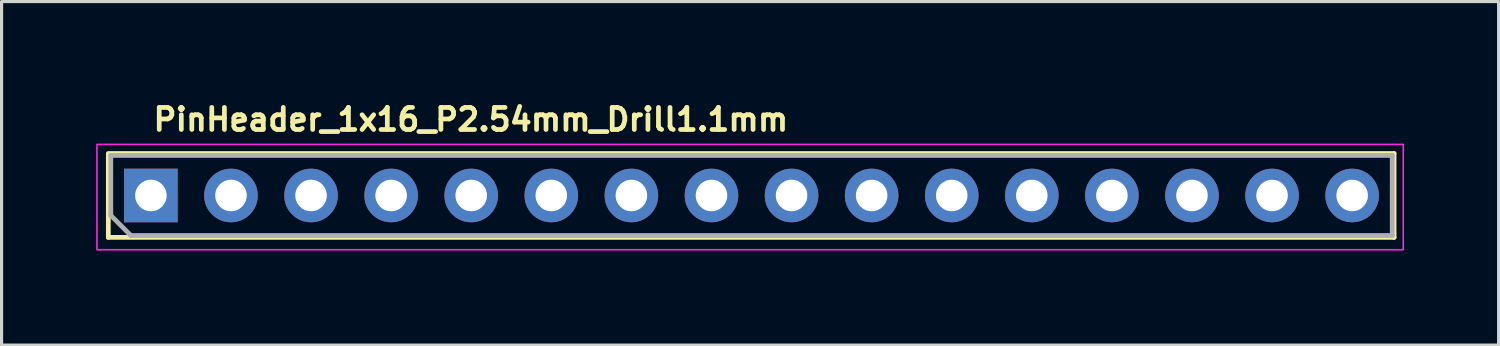
<source format=kicad_pcb>
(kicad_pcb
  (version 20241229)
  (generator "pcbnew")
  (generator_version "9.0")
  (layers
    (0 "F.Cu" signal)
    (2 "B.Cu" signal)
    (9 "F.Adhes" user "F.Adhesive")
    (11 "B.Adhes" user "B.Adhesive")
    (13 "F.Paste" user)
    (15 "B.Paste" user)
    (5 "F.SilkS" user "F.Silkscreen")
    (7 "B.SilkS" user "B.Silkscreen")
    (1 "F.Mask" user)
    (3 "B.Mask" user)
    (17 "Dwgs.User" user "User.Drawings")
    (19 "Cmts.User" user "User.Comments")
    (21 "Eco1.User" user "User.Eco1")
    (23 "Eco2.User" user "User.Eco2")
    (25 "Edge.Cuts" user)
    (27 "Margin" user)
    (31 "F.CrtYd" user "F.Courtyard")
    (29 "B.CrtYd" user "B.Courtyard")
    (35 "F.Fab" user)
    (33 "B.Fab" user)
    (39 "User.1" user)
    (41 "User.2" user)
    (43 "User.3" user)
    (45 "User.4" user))
  (footprint "PinHeader_1x16_P2.54mm_Drill1.1mm"
    (layer "F.Cu")
    (at 1.735 3.15)
    (property "Reference" "PinHeader_1x16_P2.54mm_Drill1.1mm" (at 0 -2 0) (unlocked yes) (layer "F.SilkS") (effects (font (size 0.7 0.7) (thickness 0.15)) (justify left bottom)))
    (attr through_hole)
    (fp_line (start -1.35 -1.331) (end 39.43 -1.331) (stroke (width 0.15) (type solid)) (layer "F.SilkS"))
    (fp_line (start -1.35 1.329) (end -1.35 -1.3) (stroke (width 0.15) (type solid)) (layer "F.SilkS"))
    (fp_line (start -1.35 1.329) (end 39.43 1.329) (stroke (width 0.15) (type solid)) (layer "F.SilkS"))
    (fp_line (start 39.43 1.329) (end 39.43 -1.331) (stroke (width 0.15) (type solid)) (layer "F.SilkS"))
    (fp_rect (start -1.71 -1.62) (end 39.72 1.72) (stroke (width 0.05) (type solid)) (fill no) (layer "F.CrtYd"))
    (fp_line (start -1.27 -1.271) (end 39.37 -1.271) (stroke (width 0.15) (type solid)) (layer "F.Fab"))
    (fp_line (start -1.27 0.634) (end -1.27 -1.271) (stroke (width 0.15) (type solid)) (layer "F.Fab"))
    (fp_line (start -0.635 1.269) (end -1.27 0.634) (stroke (width 0.15) (type solid)) (layer "F.Fab"))
    (fp_line (start 39.37 -1.271) (end 39.37 1.269) (stroke (width 0.15) (type solid)) (layer "F.Fab"))
    (fp_line (start 39.37 1.269) (end -0.635 1.269) (stroke (width 0.15) (type solid)) (layer "F.Fab"))
    (fp_rect (start -1.315 -1.22) (end 39.325 1.32) (stroke (width 0.1) (type solid)) (fill no) (layer "User.5"))
    (fp_line (start -1.315 0.82) (end -1.315 -0.72) (stroke (width 0.02) (type solid)) (layer "User.9"))
    (fp_line (start -1.315 0.82) (end -1.065 1.32) (stroke (width 0.02) (type solid)) (layer "User.9"))
    (fp_line (start -1.065 -1.22) (end -1.315 -0.72) (stroke (width 0.02) (type solid)) (layer "User.9"))
    (fp_line (start -0.365 -0.27) (end -0.165 -0.07) (stroke (width 0.02) (type solid)) (layer "User.9"))
    (fp_line (start -0.365 -0.27) (end 0.275 -0.27) (stroke (width 0.02) (type solid)) (layer "User.9"))
    (fp_line (start -0.365 0.37) (end -0.365 -0.27) (stroke (width 0.02) (type solid)) (layer "User.9"))
    (fp_line (start -0.165 -0.07) (end -0.165 0.17) (stroke (width 0.02) (type solid)) (layer "User.9"))
    (fp_line (start -0.165 0.17) (end -0.365 0.37) (stroke (width 0.02) (type solid)) (layer "User.9"))
    (fp_line (start -0.165 0.17) (end 0.075 0.17) (stroke (width 0.02) (type solid)) (layer "User.9"))
    (fp_line (start 0.075 -0.07) (end -0.165 -0.07) (stroke (width 0.02) (type solid)) (layer "User.9"))
    (fp_line (start 0.075 -0.07) (end 0.275 -0.27) (stroke (width 0.02) (type solid)) (layer "User.9"))
    (fp_line (start 0.075 0.17) (end 0.075 -0.07) (stroke (width 0.02) (type solid)) (layer "User.9"))
    (fp_line (start 0.075 0.17) (end 0.275 0.37) (stroke (width 0.02) (type solid)) (layer "User.9"))
    (fp_line (start 0.275 -0.27) (end 0.275 0.37) (stroke (width 0.02) (type solid)) (layer "User.9"))
    (fp_line (start 0.275 0.37) (end -0.365 0.37) (stroke (width 0.02) (type solid)) (layer "User.9"))
    (fp_line (start 0.975 -1.22) (end -1.065 -1.22) (stroke (width 0.02) (type solid)) (layer "User.9"))
    (fp_line (start 0.975 1.32) (end -1.065 1.32) (stroke (width 0.02) (type solid)) (layer "User.9"))
    (fp_line (start 0.975 1.32) (end 1.225 0.82) (stroke (width 0.02) (type solid)) (layer "User.9"))
    (fp_line (start 1.225 -0.72) (end 0.975 -1.22) (stroke (width 0.02) (type solid)) (layer "User.9"))
    (fp_line (start 1.225 0.82) (end 1.475 1.32) (stroke (width 0.02) (type solid)) (layer "User.9"))
    (fp_line (start 1.475 -1.22) (end 1.225 -0.72) (stroke (width 0.02) (type solid)) (layer "User.9"))
    (fp_line (start 2.175 -0.27) (end 2.375 -0.07) (stroke (width 0.02) (type solid)) (layer "User.9"))
    (fp_line (start 2.175 -0.27) (end 2.815 -0.27) (stroke (width 0.02) (type solid)) (layer "User.9"))
    (fp_line (start 2.175 0.37) (end 2.175 -0.27) (stroke (width 0.02) (type solid)) (layer "User.9"))
    (fp_line (start 2.375 -0.07) (end 2.375 0.17) (stroke (width 0.02) (type solid)) (layer "User.9"))
    (fp_line (start 2.375 0.17) (end 2.175 0.37) (stroke (width 0.02) (type solid)) (layer "User.9"))
    (fp_line (start 2.375 0.17) (end 2.615 0.17) (stroke (width 0.02) (type solid)) (layer "User.9"))
    (fp_line (start 2.615 -0.07) (end 2.375 -0.07) (stroke (width 0.02) (type solid)) (layer "User.9"))
    (fp_line (start 2.615 -0.07) (end 2.815 -0.27) (stroke (width 0.02) (type solid)) (layer "User.9"))
    (fp_line (start 2.615 0.17) (end 2.615 -0.07) (stroke (width 0.02) (type solid)) (layer "User.9"))
    (fp_line (start 2.615 0.17) (end 2.815 0.37) (stroke (width 0.02) (type solid)) (layer "User.9"))
    (fp_line (start 2.815 -0.27) (end 2.815 0.37) (stroke (width 0.02) (type solid)) (layer "User.9"))
    (fp_line (start 2.815 0.37) (end 2.175 0.37) (stroke (width 0.02) (type solid)) (layer "User.9"))
    (fp_line (start 3.515 -1.22) (end 1.475 -1.22) (stroke (width 0.02) (type solid)) (layer "User.9"))
    (fp_line (start 3.515 1.32) (end 1.475 1.32) (stroke (width 0.02) (type solid)) (layer "User.9"))
    (fp_line (start 3.515 1.32) (end 3.765 0.82) (stroke (width 0.02) (type solid)) (layer "User.9"))
    (fp_line (start 3.765 -0.72) (end 3.515 -1.22) (stroke (width 0.02) (type solid)) (layer "User.9"))
    (fp_line (start 3.765 0.82) (end 4.015 1.32) (stroke (width 0.02) (type solid)) (layer "User.9"))
    (fp_line (start 4.015 -1.22) (end 3.765 -0.72) (stroke (width 0.02) (type solid)) (layer "User.9"))
    (fp_line (start 4.715 -0.27) (end 4.915 -0.07) (stroke (width 0.02) (type solid)) (layer "User.9"))
    (fp_line (start 4.715 -0.27) (end 5.355 -0.27) (stroke (width 0.02) (type solid)) (layer "User.9"))
    (fp_line (start 4.715 0.37) (end 4.715 -0.27) (stroke (width 0.02) (type solid)) (layer "User.9"))
    (fp_line (start 4.915 -0.07) (end 4.915 0.17) (stroke (width 0.02) (type solid)) (layer "User.9"))
    (fp_line (start 4.915 0.17) (end 4.715 0.37) (stroke (width 0.02) (type solid)) (layer "User.9"))
    (fp_line (start 4.915 0.17) (end 5.155 0.17) (stroke (width 0.02) (type solid)) (layer "User.9"))
    (fp_line (start 5.155 -0.07) (end 4.915 -0.07) (stroke (width 0.02) (type solid)) (layer "User.9"))
    (fp_line (start 5.155 -0.07) (end 5.355 -0.27) (stroke (width 0.02) (type solid)) (layer "User.9"))
    (fp_line (start 5.155 0.17) (end 5.155 -0.07) (stroke (width 0.02) (type solid)) (layer "User.9"))
    (fp_line (start 5.155 0.17) (end 5.355 0.37) (stroke (width 0.02) (type solid)) (layer "User.9"))
    (fp_line (start 5.355 -0.27) (end 5.355 0.37) (stroke (width 0.02) (type solid)) (layer "User.9"))
    (fp_line (start 5.355 0.37) (end 4.715 0.37) (stroke (width 0.02) (type solid)) (layer "User.9"))
    (fp_line (start 6.055 -1.22) (end 4.015 -1.22) (stroke (width 0.02) (type solid)) (layer "User.9"))
    (fp_line (start 6.055 1.32) (end 4.015 1.32) (stroke (width 0.02) (type solid)) (layer "User.9"))
    (fp_line (start 6.055 1.32) (end 6.305 0.82) (stroke (width 0.02) (type solid)) (layer "User.9"))
    (fp_line (start 6.305 -0.72) (end 6.055 -1.22) (stroke (width 0.02) (type solid)) (layer "User.9"))
    (fp_line (start 6.305 0.82) (end 6.555 1.32) (stroke (width 0.02) (type solid)) (layer "User.9"))
    (fp_line (start 6.555 -1.22) (end 6.305 -0.72) (stroke (width 0.02) (type solid)) (layer "User.9"))
    (fp_line (start 7.255 -0.27) (end 7.455 -0.07) (stroke (width 0.02) (type solid)) (layer "User.9"))
    (fp_line (start 7.255 -0.27) (end 7.895 -0.27) (stroke (width 0.02) (type solid)) (layer "User.9"))
    (fp_line (start 7.255 0.37) (end 7.255 -0.27) (stroke (width 0.02) (type solid)) (layer "User.9"))
    (fp_line (start 7.455 -0.07) (end 7.455 0.17) (stroke (width 0.02) (type solid)) (layer "User.9"))
    (fp_line (start 7.455 0.17) (end 7.255 0.37) (stroke (width 0.02) (type solid)) (layer "User.9"))
    (fp_line (start 7.455 0.17) (end 7.695 0.17) (stroke (width 0.02) (type solid)) (layer "User.9"))
    (fp_line (start 7.695 -0.07) (end 7.455 -0.07) (stroke (width 0.02) (type solid)) (layer "User.9"))
    (fp_line (start 7.695 -0.07) (end 7.895 -0.27) (stroke (width 0.02) (type solid)) (layer "User.9"))
    (fp_line (start 7.695 0.17) (end 7.695 -0.07) (stroke (width 0.02) (type solid)) (layer "User.9"))
    (fp_line (start 7.695 0.17) (end 7.895 0.37) (stroke (width 0.02) (type solid)) (layer "User.9"))
    (fp_line (start 7.895 -0.27) (end 7.895 0.37) (stroke (width 0.02) (type solid)) (layer "User.9"))
    (fp_line (start 7.895 0.37) (end 7.255 0.37) (stroke (width 0.02) (type solid)) (layer "User.9"))
    (fp_line (start 8.595 -1.22) (end 6.555 -1.22) (stroke (width 0.02) (type solid)) (layer "User.9"))
    (fp_line (start 8.595 1.32) (end 6.555 1.32) (stroke (width 0.02) (type solid)) (layer "User.9"))
    (fp_line (start 8.595 1.32) (end 8.845 0.82) (stroke (width 0.02) (type solid)) (layer "User.9"))
    (fp_line (start 8.845 -0.72) (end 8.595 -1.22) (stroke (width 0.02) (type solid)) (layer "User.9"))
    (fp_line (start 8.845 0.82) (end 9.095 1.32) (stroke (width 0.02) (type solid)) (layer "User.9"))
    (fp_line (start 9.095 -1.22) (end 8.845 -0.72) (stroke (width 0.02) (type solid)) (layer "User.9"))
    (fp_line (start 9.795 -0.27) (end 9.995 -0.07) (stroke (width 0.02) (type solid)) (layer "User.9"))
    (fp_line (start 9.795 -0.27) (end 10.435 -0.27) (stroke (width 0.02) (type solid)) (layer "User.9"))
    (fp_line (start 9.795 0.37) (end 9.795 -0.27) (stroke (width 0.02) (type solid)) (layer "User.9"))
    (fp_line (start 9.995 -0.07) (end 9.995 0.17) (stroke (width 0.02) (type solid)) (layer "User.9"))
    (fp_line (start 9.995 0.17) (end 9.795 0.37) (stroke (width 0.02) (type solid)) (layer "User.9"))
    (fp_line (start 9.995 0.17) (end 10.235 0.17) (stroke (width 0.02) (type solid)) (layer "User.9"))
    (fp_line (start 10.235 -0.07) (end 9.995 -0.07) (stroke (width 0.02) (type solid)) (layer "User.9"))
    (fp_line (start 10.235 -0.07) (end 10.435 -0.27) (stroke (width 0.02) (type solid)) (layer "User.9"))
    (fp_line (start 10.235 0.17) (end 10.235 -0.07) (stroke (width 0.02) (type solid)) (layer "User.9"))
    (fp_line (start 10.235 0.17) (end 10.435 0.37) (stroke (width 0.02) (type solid)) (layer "User.9"))
    (fp_line (start 10.435 -0.27) (end 10.435 0.37) (stroke (width 0.02) (type solid)) (layer "User.9"))
    (fp_line (start 10.435 0.37) (end 9.795 0.37) (stroke (width 0.02) (type solid)) (layer "User.9"))
    (fp_line (start 11.135 -1.22) (end 9.095 -1.22) (stroke (width 0.02) (type solid)) (layer "User.9"))
    (fp_line (start 11.135 1.32) (end 9.095 1.32) (stroke (width 0.02) (type solid)) (layer "User.9"))
    (fp_line (start 11.135 1.32) (end 11.385 0.82) (stroke (width 0.02) (type solid)) (layer "User.9"))
    (fp_line (start 11.385 -0.72) (end 11.135 -1.22) (stroke (width 0.02) (type solid)) (layer "User.9"))
    (fp_line (start 11.385 0.82) (end 11.635 1.32) (stroke (width 0.02) (type solid)) (layer "User.9"))
    (fp_line (start 11.635 -1.22) (end 11.385 -0.72) (stroke (width 0.02) (type solid)) (layer "User.9"))
    (fp_line (start 12.335 -0.27) (end 12.535 -0.07) (stroke (width 0.02) (type solid)) (layer "User.9"))
    (fp_line (start 12.335 -0.27) (end 12.975 -0.27) (stroke (width 0.02) (type solid)) (layer "User.9"))
    (fp_line (start 12.335 0.37) (end 12.335 -0.27) (stroke (width 0.02) (type solid)) (layer "User.9"))
    (fp_line (start 12.535 -0.07) (end 12.535 0.17) (stroke (width 0.02) (type solid)) (layer "User.9"))
    (fp_line (start 12.535 0.17) (end 12.335 0.37) (stroke (width 0.02) (type solid)) (layer "User.9"))
    (fp_line (start 12.535 0.17) (end 12.775 0.17) (stroke (width 0.02) (type solid)) (layer "User.9"))
    (fp_line (start 12.775 -0.07) (end 12.535 -0.07) (stroke (width 0.02) (type solid)) (layer "User.9"))
    (fp_line (start 12.775 -0.07) (end 12.975 -0.27) (stroke (width 0.02) (type solid)) (layer "User.9"))
    (fp_line (start 12.775 0.17) (end 12.775 -0.07) (stroke (width 0.02) (type solid)) (layer "User.9"))
    (fp_line (start 12.775 0.17) (end 12.975 0.37) (stroke (width 0.02) (type solid)) (layer "User.9"))
    (fp_line (start 12.975 -0.27) (end 12.975 0.37) (stroke (width 0.02) (type solid)) (layer "User.9"))
    (fp_line (start 12.975 0.37) (end 12.335 0.37) (stroke (width 0.02) (type solid)) (layer "User.9"))
    (fp_line (start 13.675 -1.22) (end 11.635 -1.22) (stroke (width 0.02) (type solid)) (layer "User.9"))
    (fp_line (start 13.675 1.32) (end 11.635 1.32) (stroke (width 0.02) (type solid)) (layer "User.9"))
    (fp_line (start 13.675 1.32) (end 13.925 0.82) (stroke (width 0.02) (type solid)) (layer "User.9"))
    (fp_line (start 13.925 -0.72) (end 13.675 -1.22) (stroke (width 0.02) (type solid)) (layer "User.9"))
    (fp_line (start 13.925 0.82) (end 14.175 1.32) (stroke (width 0.02) (type solid)) (layer "User.9"))
    (fp_line (start 14.175 -1.22) (end 13.925 -0.72) (stroke (width 0.02) (type solid)) (layer "User.9"))
    (fp_line (start 14.875 -0.27) (end 15.075 -0.07) (stroke (width 0.02) (type solid)) (layer "User.9"))
    (fp_line (start 14.875 -0.27) (end 15.515 -0.27) (stroke (width 0.02) (type solid)) (layer "User.9"))
    (fp_line (start 14.875 0.37) (end 14.875 -0.27) (stroke (width 0.02) (type solid)) (layer "User.9"))
    (fp_line (start 15.075 -0.07) (end 15.075 0.17) (stroke (width 0.02) (type solid)) (layer "User.9"))
    (fp_line (start 15.075 0.17) (end 14.875 0.37) (stroke (width 0.02) (type solid)) (layer "User.9"))
    (fp_line (start 15.075 0.17) (end 15.315 0.17) (stroke (width 0.02) (type solid)) (layer "User.9"))
    (fp_line (start 15.315 -0.07) (end 15.075 -0.07) (stroke (width 0.02) (type solid)) (layer "User.9"))
    (fp_line (start 15.315 -0.07) (end 15.515 -0.27) (stroke (width 0.02) (type solid)) (layer "User.9"))
    (fp_line (start 15.315 0.17) (end 15.315 -0.07) (stroke (width 0.02) (type solid)) (layer "User.9"))
    (fp_line (start 15.315 0.17) (end 15.515 0.37) (stroke (width 0.02) (type solid)) (layer "User.9"))
    (fp_line (start 15.515 -0.27) (end 15.515 0.37) (stroke (width 0.02) (type solid)) (layer "User.9"))
    (fp_line (start 15.515 0.37) (end 14.875 0.37) (stroke (width 0.02) (type solid)) (layer "User.9"))
    (fp_line (start 16.215 -1.22) (end 14.175 -1.22) (stroke (width 0.02) (type solid)) (layer "User.9"))
    (fp_line (start 16.215 1.32) (end 14.175 1.32) (stroke (width 0.02) (type solid)) (layer "User.9"))
    (fp_line (start 16.215 1.32) (end 16.465 0.82) (stroke (width 0.02) (type solid)) (layer "User.9"))
    (fp_line (start 16.465 -0.72) (end 16.215 -1.22) (stroke (width 0.02) (type solid)) (layer "User.9"))
    (fp_line (start 16.465 0.82) (end 16.715 1.32) (stroke (width 0.02) (type solid)) (layer "User.9"))
    (fp_line (start 16.715 -1.22) (end 16.465 -0.72) (stroke (width 0.02) (type solid)) (layer "User.9"))
    (fp_line (start 17.415 -0.27) (end 17.615 -0.07) (stroke (width 0.02) (type solid)) (layer "User.9"))
    (fp_line (start 17.415 -0.27) (end 18.055 -0.27) (stroke (width 0.02) (type solid)) (layer "User.9"))
    (fp_line (start 17.415 0.37) (end 17.415 -0.27) (stroke (width 0.02) (type solid)) (layer "User.9"))
    (fp_line (start 17.615 -0.07) (end 17.615 0.17) (stroke (width 0.02) (type solid)) (layer "User.9"))
    (fp_line (start 17.615 0.17) (end 17.415 0.37) (stroke (width 0.02) (type solid)) (layer "User.9"))
    (fp_line (start 17.615 0.17) (end 17.855 0.17) (stroke (width 0.02) (type solid)) (layer "User.9"))
    (fp_line (start 17.855 -0.07) (end 17.615 -0.07) (stroke (width 0.02) (type solid)) (layer "User.9"))
    (fp_line (start 17.855 -0.07) (end 18.055 -0.27) (stroke (width 0.02) (type solid)) (layer "User.9"))
    (fp_line (start 17.855 0.17) (end 17.855 -0.07) (stroke (width 0.02) (type solid)) (layer "User.9"))
    (fp_line (start 17.855 0.17) (end 18.055 0.37) (stroke (width 0.02) (type solid)) (layer "User.9"))
    (fp_line (start 18.055 -0.27) (end 18.055 0.37) (stroke (width 0.02) (type solid)) (layer "User.9"))
    (fp_line (start 18.055 0.37) (end 17.415 0.37) (stroke (width 0.02) (type solid)) (layer "User.9"))
    (fp_line (start 18.755 -1.22) (end 16.715 -1.22) (stroke (width 0.02) (type solid)) (layer "User.9"))
    (fp_line (start 18.755 1.32) (end 16.715 1.32) (stroke (width 0.02) (type solid)) (layer "User.9"))
    (fp_line (start 18.755 1.32) (end 19.005 0.82) (stroke (width 0.02) (type solid)) (layer "User.9"))
    (fp_line (start 19.005 -0.72) (end 18.755 -1.22) (stroke (width 0.02) (type solid)) (layer "User.9"))
    (fp_line (start 19.005 0.82) (end 19.255 1.32) (stroke (width 0.02) (type solid)) (layer "User.9"))
    (fp_line (start 19.255 -1.22) (end 19.005 -0.72) (stroke (width 0.02) (type solid)) (layer "User.9"))
    (fp_line (start 19.955 -0.27) (end 20.155 -0.07) (stroke (width 0.02) (type solid)) (layer "User.9"))
    (fp_line (start 19.955 -0.27) (end 20.595 -0.27) (stroke (width 0.02) (type solid)) (layer "User.9"))
    (fp_line (start 19.955 0.37) (end 19.955 -0.27) (stroke (width 0.02) (type solid)) (layer "User.9"))
    (fp_line (start 20.155 -0.07) (end 20.155 0.17) (stroke (width 0.02) (type solid)) (layer "User.9"))
    (fp_line (start 20.155 0.17) (end 19.955 0.37) (stroke (width 0.02) (type solid)) (layer "User.9"))
    (fp_line (start 20.155 0.17) (end 20.395 0.17) (stroke (width 0.02) (type solid)) (layer "User.9"))
    (fp_line (start 20.395 -0.07) (end 20.155 -0.07) (stroke (width 0.02) (type solid)) (layer "User.9"))
    (fp_line (start 20.395 -0.07) (end 20.595 -0.27) (stroke (width 0.02) (type solid)) (layer "User.9"))
    (fp_line (start 20.395 0.17) (end 20.395 -0.07) (stroke (width 0.02) (type solid)) (layer "User.9"))
    (fp_line (start 20.395 0.17) (end 20.595 0.37) (stroke (width 0.02) (type solid)) (layer "User.9"))
    (fp_line (start 20.595 -0.27) (end 20.595 0.37) (stroke (width 0.02) (type solid)) (layer "User.9"))
    (fp_line (start 20.595 0.37) (end 19.955 0.37) (stroke (width 0.02) (type solid)) (layer "User.9"))
    (fp_line (start 21.295 -1.22) (end 19.255 -1.22) (stroke (width 0.02) (type solid)) (layer "User.9"))
    (fp_line (start 21.295 1.32) (end 19.255 1.32) (stroke (width 0.02) (type solid)) (layer "User.9"))
    (fp_line (start 21.295 1.32) (end 21.545 0.82) (stroke (width 0.02) (type solid)) (layer "User.9"))
    (fp_line (start 21.545 -0.72) (end 21.295 -1.22) (stroke (width 0.02) (type solid)) (layer "User.9"))
    (fp_line (start 21.545 0.82) (end 21.795 1.32) (stroke (width 0.02) (type solid)) (layer "User.9"))
    (fp_line (start 21.795 -1.22) (end 21.545 -0.72) (stroke (width 0.02) (type solid)) (layer "User.9"))
    (fp_line (start 22.495 -0.27) (end 22.695 -0.07) (stroke (width 0.02) (type solid)) (layer "User.9"))
    (fp_line (start 22.495 -0.27) (end 23.135 -0.27) (stroke (width 0.02) (type solid)) (layer "User.9"))
    (fp_line (start 22.495 0.37) (end 22.495 -0.27) (stroke (width 0.02) (type solid)) (layer "User.9"))
    (fp_line (start 22.695 -0.07) (end 22.695 0.17) (stroke (width 0.02) (type solid)) (layer "User.9"))
    (fp_line (start 22.695 0.17) (end 22.495 0.37) (stroke (width 0.02) (type solid)) (layer "User.9"))
    (fp_line (start 22.695 0.17) (end 22.935 0.17) (stroke (width 0.02) (type solid)) (layer "User.9"))
    (fp_line (start 22.935 -0.07) (end 22.695 -0.07) (stroke (width 0.02) (type solid)) (layer "User.9"))
    (fp_line (start 22.935 -0.07) (end 23.135 -0.27) (stroke (width 0.02) (type solid)) (layer "User.9"))
    (fp_line (start 22.935 0.17) (end 22.935 -0.07) (stroke (width 0.02) (type solid)) (layer "User.9"))
    (fp_line (start 22.935 0.17) (end 23.135 0.37) (stroke (width 0.02) (type solid)) (layer "User.9"))
    (fp_line (start 23.135 -0.27) (end 23.135 0.37) (stroke (width 0.02) (type solid)) (layer "User.9"))
    (fp_line (start 23.135 0.37) (end 22.495 0.37) (stroke (width 0.02) (type solid)) (layer "User.9"))
    (fp_line (start 23.835 -1.22) (end 21.795 -1.22) (stroke (width 0.02) (type solid)) (layer "User.9"))
    (fp_line (start 23.835 1.32) (end 21.795 1.32) (stroke (width 0.02) (type solid)) (layer "User.9"))
    (fp_line (start 23.835 1.32) (end 24.085 0.82) (stroke (width 0.02) (type solid)) (layer "User.9"))
    (fp_line (start 24.085 -0.72) (end 23.835 -1.22) (stroke (width 0.02) (type solid)) (layer "User.9"))
    (fp_line (start 24.085 0.82) (end 24.335 1.32) (stroke (width 0.02) (type solid)) (layer "User.9"))
    (fp_line (start 24.335 -1.22) (end 24.085 -0.72) (stroke (width 0.02) (type solid)) (layer "User.9"))
    (fp_line (start 25.035 -0.27) (end 25.235 -0.07) (stroke (width 0.02) (type solid)) (layer "User.9"))
    (fp_line (start 25.035 -0.27) (end 25.675 -0.27) (stroke (width 0.02) (type solid)) (layer "User.9"))
    (fp_line (start 25.035 0.37) (end 25.035 -0.27) (stroke (width 0.02) (type solid)) (layer "User.9"))
    (fp_line (start 25.235 -0.07) (end 25.235 0.17) (stroke (width 0.02) (type solid)) (layer "User.9"))
    (fp_line (start 25.235 0.17) (end 25.035 0.37) (stroke (width 0.02) (type solid)) (layer "User.9"))
    (fp_line (start 25.235 0.17) (end 25.475 0.17) (stroke (width 0.02) (type solid)) (layer "User.9"))
    (fp_line (start 25.475 -0.07) (end 25.235 -0.07) (stroke (width 0.02) (type solid)) (layer "User.9"))
    (fp_line (start 25.475 -0.07) (end 25.675 -0.27) (stroke (width 0.02) (type solid)) (layer "User.9"))
    (fp_line (start 25.475 0.17) (end 25.475 -0.07) (stroke (width 0.02) (type solid)) (layer "User.9"))
    (fp_line (start 25.475 0.17) (end 25.675 0.37) (stroke (width 0.02) (type solid)) (layer "User.9"))
    (fp_line (start 25.675 -0.27) (end 25.675 0.37) (stroke (width 0.02) (type solid)) (layer "User.9"))
    (fp_line (start 25.675 0.37) (end 25.035 0.37) (stroke (width 0.02) (type solid)) (layer "User.9"))
    (fp_line (start 26.375 -1.22) (end 24.335 -1.22) (stroke (width 0.02) (type solid)) (layer "User.9"))
    (fp_line (start 26.375 1.32) (end 24.335 1.32) (stroke (width 0.02) (type solid)) (layer "User.9"))
    (fp_line (start 26.375 1.32) (end 26.625 0.82) (stroke (width 0.02) (type solid)) (layer "User.9"))
    (fp_line (start 26.625 -0.72) (end 26.375 -1.22) (stroke (width 0.02) (type solid)) (layer "User.9"))
    (fp_line (start 26.625 0.82) (end 26.875 1.32) (stroke (width 0.02) (type solid)) (layer "User.9"))
    (fp_line (start 26.875 -1.22) (end 26.625 -0.72) (stroke (width 0.02) (type solid)) (layer "User.9"))
    (fp_line (start 27.575 -0.27) (end 27.775 -0.07) (stroke (width 0.02) (type solid)) (layer "User.9"))
    (fp_line (start 27.575 -0.27) (end 28.215 -0.27) (stroke (width 0.02) (type solid)) (layer "User.9"))
    (fp_line (start 27.575 0.37) (end 27.575 -0.27) (stroke (width 0.02) (type solid)) (layer "User.9"))
    (fp_line (start 27.775 -0.07) (end 27.775 0.17) (stroke (width 0.02) (type solid)) (layer "User.9"))
    (fp_line (start 27.775 0.17) (end 27.575 0.37) (stroke (width 0.02) (type solid)) (layer "User.9"))
    (fp_line (start 27.775 0.17) (end 28.015 0.17) (stroke (width 0.02) (type solid)) (layer "User.9"))
    (fp_line (start 28.015 -0.07) (end 27.775 -0.07) (stroke (width 0.02) (type solid)) (layer "User.9"))
    (fp_line (start 28.015 -0.07) (end 28.215 -0.27) (stroke (width 0.02) (type solid)) (layer "User.9"))
    (fp_line (start 28.015 0.17) (end 28.015 -0.07) (stroke (width 0.02) (type solid)) (layer "User.9"))
    (fp_line (start 28.015 0.17) (end 28.215 0.37) (stroke (width 0.02) (type solid)) (layer "User.9"))
    (fp_line (start 28.215 -0.27) (end 28.215 0.37) (stroke (width 0.02) (type solid)) (layer "User.9"))
    (fp_line (start 28.215 0.37) (end 27.575 0.37) (stroke (width 0.02) (type solid)) (layer "User.9"))
    (fp_line (start 28.915 -1.22) (end 26.875 -1.22) (stroke (width 0.02) (type solid)) (layer "User.9"))
    (fp_line (start 28.915 1.32) (end 26.875 1.32) (stroke (width 0.02) (type solid)) (layer "User.9"))
    (fp_line (start 28.915 1.32) (end 29.165 0.82) (stroke (width 0.02) (type solid)) (layer "User.9"))
    (fp_line (start 29.165 -0.72) (end 28.915 -1.22) (stroke (width 0.02) (type solid)) (layer "User.9"))
    (fp_line (start 29.165 0.82) (end 29.415 1.32) (stroke (width 0.02) (type solid)) (layer "User.9"))
    (fp_line (start 29.415 -1.22) (end 29.165 -0.72) (stroke (width 0.02) (type solid)) (layer "User.9"))
    (fp_line (start 30.115 -0.27) (end 30.315 -0.07) (stroke (width 0.02) (type solid)) (layer "User.9"))
    (fp_line (start 30.115 -0.27) (end 30.755 -0.27) (stroke (width 0.02) (type solid)) (layer "User.9"))
    (fp_line (start 30.115 0.37) (end 30.115 -0.27) (stroke (width 0.02) (type solid)) (layer "User.9"))
    (fp_line (start 30.315 -0.07) (end 30.315 0.17) (stroke (width 0.02) (type solid)) (layer "User.9"))
    (fp_line (start 30.315 0.17) (end 30.115 0.37) (stroke (width 0.02) (type solid)) (layer "User.9"))
    (fp_line (start 30.315 0.17) (end 30.555 0.17) (stroke (width 0.02) (type solid)) (layer "User.9"))
    (fp_line (start 30.555 -0.07) (end 30.315 -0.07) (stroke (width 0.02) (type solid)) (layer "User.9"))
    (fp_line (start 30.555 -0.07) (end 30.755 -0.27) (stroke (width 0.02) (type solid)) (layer "User.9"))
    (fp_line (start 30.555 0.17) (end 30.555 -0.07) (stroke (width 0.02) (type solid)) (layer "User.9"))
    (fp_line (start 30.555 0.17) (end 30.755 0.37) (stroke (width 0.02) (type solid)) (layer "User.9"))
    (fp_line (start 30.755 -0.27) (end 30.755 0.37) (stroke (width 0.02) (type solid)) (layer "User.9"))
    (fp_line (start 30.755 0.37) (end 30.115 0.37) (stroke (width 0.02) (type solid)) (layer "User.9"))
    (fp_line (start 31.455 -1.22) (end 29.415 -1.22) (stroke (width 0.02) (type solid)) (layer "User.9"))
    (fp_line (start 31.455 1.32) (end 29.415 1.32) (stroke (width 0.02) (type solid)) (layer "User.9"))
    (fp_line (start 31.455 1.32) (end 31.705 0.82) (stroke (width 0.02) (type solid)) (layer "User.9"))
    (fp_line (start 31.705 -0.72) (end 31.455 -1.22) (stroke (width 0.02) (type solid)) (layer "User.9"))
    (fp_line (start 31.705 0.82) (end 31.955 1.32) (stroke (width 0.02) (type solid)) (layer "User.9"))
    (fp_line (start 31.955 -1.22) (end 31.705 -0.72) (stroke (width 0.02) (type solid)) (layer "User.9"))
    (fp_line (start 32.655 -0.27) (end 32.855 -0.07) (stroke (width 0.02) (type solid)) (layer "User.9"))
    (fp_line (start 32.655 -0.27) (end 33.295 -0.27) (stroke (width 0.02) (type solid)) (layer "User.9"))
    (fp_line (start 32.655 0.37) (end 32.655 -0.27) (stroke (width 0.02) (type solid)) (layer "User.9"))
    (fp_line (start 32.855 -0.07) (end 32.855 0.17) (stroke (width 0.02) (type solid)) (layer "User.9"))
    (fp_line (start 32.855 0.17) (end 32.655 0.37) (stroke (width 0.02) (type solid)) (layer "User.9"))
    (fp_line (start 32.855 0.17) (end 33.095 0.17) (stroke (width 0.02) (type solid)) (layer "User.9"))
    (fp_line (start 33.095 -0.07) (end 32.855 -0.07) (stroke (width 0.02) (type solid)) (layer "User.9"))
    (fp_line (start 33.095 -0.07) (end 33.295 -0.27) (stroke (width 0.02) (type solid)) (layer "User.9"))
    (fp_line (start 33.095 0.17) (end 33.095 -0.07) (stroke (width 0.02) (type solid)) (layer "User.9"))
    (fp_line (start 33.095 0.17) (end 33.295 0.37) (stroke (width 0.02) (type solid)) (layer "User.9"))
    (fp_line (start 33.295 -0.27) (end 33.295 0.37) (stroke (width 0.02) (type solid)) (layer "User.9"))
    (fp_line (start 33.295 0.37) (end 32.655 0.37) (stroke (width 0.02) (type solid)) (layer "User.9"))
    (fp_line (start 33.995 -1.22) (end 31.955 -1.22) (stroke (width 0.02) (type solid)) (layer "User.9"))
    (fp_line (start 33.995 1.32) (end 31.955 1.32) (stroke (width 0.02) (type solid)) (layer "User.9"))
    (fp_line (start 33.995 1.32) (end 34.245 0.82) (stroke (width 0.02) (type solid)) (layer "User.9"))
    (fp_line (start 34.245 -0.72) (end 33.995 -1.22) (stroke (width 0.02) (type solid)) (layer "User.9"))
    (fp_line (start 34.245 0.82) (end 34.495 1.32) (stroke (width 0.02) (type solid)) (layer "User.9"))
    (fp_line (start 34.495 -1.22) (end 34.245 -0.72) (stroke (width 0.02) (type solid)) (layer "User.9"))
    (fp_line (start 35.195 -0.27) (end 35.395 -0.07) (stroke (width 0.02) (type solid)) (layer "User.9"))
    (fp_line (start 35.195 -0.27) (end 35.835 -0.27) (stroke (width 0.02) (type solid)) (layer "User.9"))
    (fp_line (start 35.195 0.37) (end 35.195 -0.27) (stroke (width 0.02) (type solid)) (layer "User.9"))
    (fp_line (start 35.395 -0.07) (end 35.395 0.17) (stroke (width 0.02) (type solid)) (layer "User.9"))
    (fp_line (start 35.395 0.17) (end 35.195 0.37) (stroke (width 0.02) (type solid)) (layer "User.9"))
    (fp_line (start 35.395 0.17) (end 35.635 0.17) (stroke (width 0.02) (type solid)) (layer "User.9"))
    (fp_line (start 35.635 -0.07) (end 35.395 -0.07) (stroke (width 0.02) (type solid)) (layer "User.9"))
    (fp_line (start 35.635 -0.07) (end 35.835 -0.27) (stroke (width 0.02) (type solid)) (layer "User.9"))
    (fp_line (start 35.635 0.17) (end 35.635 -0.07) (stroke (width 0.02) (type solid)) (layer "User.9"))
    (fp_line (start 35.635 0.17) (end 35.835 0.37) (stroke (width 0.02) (type solid)) (layer "User.9"))
    (fp_line (start 35.835 -0.27) (end 35.835 0.37) (stroke (width 0.02) (type solid)) (layer "User.9"))
    (fp_line (start 35.835 0.37) (end 35.195 0.37) (stroke (width 0.02) (type solid)) (layer "User.9"))
    (fp_line (start 36.535 -1.22) (end 34.495 -1.22) (stroke (width 0.02) (type solid)) (layer "User.9"))
    (fp_line (start 36.535 1.32) (end 34.495 1.32) (stroke (width 0.02) (type solid)) (layer "User.9"))
    (fp_line (start 36.535 1.32) (end 36.785 0.82) (stroke (width 0.02) (type solid)) (layer "User.9"))
    (fp_line (start 36.785 -0.72) (end 36.535 -1.22) (stroke (width 0.02) (type solid)) (layer "User.9"))
    (fp_line (start 36.785 0.82) (end 37.035 1.32) (stroke (width 0.02) (type solid)) (layer "User.9"))
    (fp_line (start 37.035 -1.22) (end 36.785 -0.72) (stroke (width 0.02) (type solid)) (layer "User.9"))
    (fp_line (start 37.735 -0.27) (end 37.935 -0.07) (stroke (width 0.02) (type solid)) (layer "User.9"))
    (fp_line (start 37.735 -0.27) (end 38.375 -0.27) (stroke (width 0.02) (type solid)) (layer "User.9"))
    (fp_line (start 37.735 0.37) (end 37.735 -0.27) (stroke (width 0.02) (type solid)) (layer "User.9"))
    (fp_line (start 37.935 -0.07) (end 37.935 0.17) (stroke (width 0.02) (type solid)) (layer "User.9"))
    (fp_line (start 37.935 0.17) (end 37.735 0.37) (stroke (width 0.02) (type solid)) (layer "User.9"))
    (fp_line (start 37.935 0.17) (end 38.175 0.17) (stroke (width 0.02) (type solid)) (layer "User.9"))
    (fp_line (start 38.175 -0.07) (end 37.935 -0.07) (stroke (width 0.02) (type solid)) (layer "User.9"))
    (fp_line (start 38.175 -0.07) (end 38.375 -0.27) (stroke (width 0.02) (type solid)) (layer "User.9"))
    (fp_line (start 38.175 0.17) (end 38.175 -0.07) (stroke (width 0.02) (type solid)) (layer "User.9"))
    (fp_line (start 38.175 0.17) (end 38.375 0.37) (stroke (width 0.02) (type solid)) (layer "User.9"))
    (fp_line (start 38.375 -0.27) (end 38.375 0.37) (stroke (width 0.02) (type solid)) (layer "User.9"))
    (fp_line (start 38.375 0.37) (end 37.735 0.37) (stroke (width 0.02) (type solid)) (layer "User.9"))
    (fp_line (start 39.075 -1.22) (end 37.035 -1.22) (stroke (width 0.02) (type solid)) (layer "User.9"))
    (fp_line (start 39.075 1.32) (end 37.035 1.32) (stroke (width 0.02) (type solid)) (layer "User.9"))
    (fp_line (start 39.075 1.32) (end 39.325 0.82) (stroke (width 0.02) (type solid)) (layer "User.9"))
    (fp_line (start 39.325 -0.72) (end 39.075 -1.22) (stroke (width 0.02) (type solid)) (layer "User.9"))
    (fp_line (start 39.325 0.82) (end 39.325 -0.72) (stroke (width 0.02) (type solid)) (layer "User.9"))
    (pad "1" thru_hole rect (at 0 0 90) (size 1.7 1.7) (drill 1) (layers "*.Cu" "*.Mask"))
    (pad "2" thru_hole oval (at 2.54 0 90) (size 1.7 1.7) (drill 1) (layers "*.Cu" "*.Mask"))
    (pad "3" thru_hole oval (at 5.08 0 90) (size 1.7 1.7) (drill 1) (layers "*.Cu" "*.Mask"))
    (pad "4" thru_hole oval (at 7.62 0 90) (size 1.7 1.7) (drill 1) (layers "*.Cu" "*.Mask"))
    (pad "5" thru_hole oval (at 10.16 0 90) (size 1.7 1.7) (drill 1) (layers "*.Cu" "*.Mask"))
    (pad "6" thru_hole oval (at 12.7 0 90) (size 1.7 1.7) (drill 1) (layers "*.Cu" "*.Mask"))
    (pad "7" thru_hole oval (at 15.24 0 90) (size 1.7 1.7) (drill 1) (layers "*.Cu" "*.Mask"))
    (pad "8" thru_hole oval (at 17.78 0 90) (size 1.7 1.7) (drill 1) (layers "*.Cu" "*.Mask"))
    (pad "9" thru_hole oval (at 20.32 0 90) (size 1.7 1.7) (drill 1) (layers "*.Cu" "*.Mask"))
    (pad "10" thru_hole oval (at 22.86 0 90) (size 1.7 1.7) (drill 1) (layers "*.Cu" "*.Mask"))
    (pad "11" thru_hole oval (at 25.4 0 90) (size 1.7 1.7) (drill 1) (layers "*.Cu" "*.Mask"))
    (pad "12" thru_hole oval (at 27.94 0 90) (size 1.7 1.7) (drill 1) (layers "*.Cu" "*.Mask"))
    (pad "13" thru_hole oval (at 30.48 0 90) (size 1.7 1.7) (drill 1) (layers "*.Cu" "*.Mask"))
    (pad "14" thru_hole oval (at 33.02 0 90) (size 1.7 1.7) (drill 1) (layers "*.Cu" "*.Mask"))
    (pad "15" thru_hole oval (at 35.56 0 90) (size 1.7 1.7) (drill 1) (layers "*.Cu" "*.Mask"))
    (pad "16" thru_hole oval (at 38.1 0 90) (size 1.7 1.7) (drill 1) (layers "*.Cu" "*.Mask")))
  (gr_rect
    (start -3 -3)
    (end 44.48 7.895)
    (stroke (width 0.1) (type default))
    (fill no)
    (layer "Edge.Cuts")))
</source>
